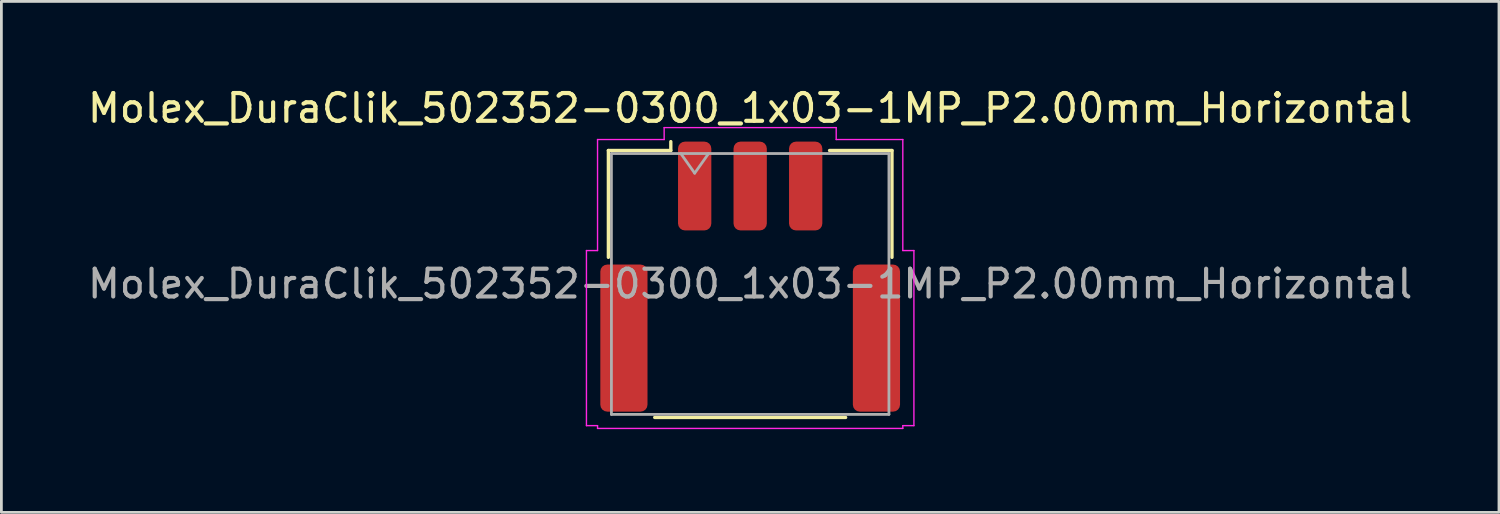
<source format=kicad_pcb>
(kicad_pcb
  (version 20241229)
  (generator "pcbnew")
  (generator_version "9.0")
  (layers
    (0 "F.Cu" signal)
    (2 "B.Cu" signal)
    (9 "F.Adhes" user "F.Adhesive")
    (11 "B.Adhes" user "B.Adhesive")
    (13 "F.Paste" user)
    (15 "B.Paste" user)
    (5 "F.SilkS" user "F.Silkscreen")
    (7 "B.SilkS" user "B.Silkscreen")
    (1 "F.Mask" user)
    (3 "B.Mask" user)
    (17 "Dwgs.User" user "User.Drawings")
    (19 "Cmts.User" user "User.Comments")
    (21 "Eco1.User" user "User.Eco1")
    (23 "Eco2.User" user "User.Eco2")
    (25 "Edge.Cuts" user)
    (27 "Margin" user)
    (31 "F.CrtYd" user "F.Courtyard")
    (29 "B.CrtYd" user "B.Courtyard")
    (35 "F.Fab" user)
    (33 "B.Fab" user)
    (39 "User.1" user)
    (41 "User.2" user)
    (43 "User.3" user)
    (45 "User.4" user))
  (footprint "Molex_DuraClik_502352-0300_1x03-1MP_P2.00mm_Horizontal"
    (layer "F.Cu")
    (at 23.982 6.918)
    (property "Reference" "Molex_DuraClik_502352-0300_1x03-1MP_P2.00mm_Horizontal" (at 0 -6.07 0) (layer "F.SilkS") (effects (font (size 1 1) (thickness 0.15))))
    (attr smd)
    (fp_line (start -5.11 -4.545) (end -2.86 -4.545) (stroke (width 0.12) (type solid)) (layer "F.SilkS"))
    (fp_line (start -5.11 -0.695) (end -5.11 -4.545) (stroke (width 0.12) (type solid)) (layer "F.SilkS"))
    (fp_line (start -3.44 5.075) (end 3.44 5.075) (stroke (width 0.12) (type solid)) (layer "F.SilkS"))
    (fp_line (start -2.86 -4.545) (end -2.86 -4.865) (stroke (width 0.12) (type solid)) (layer "F.SilkS"))
    (fp_line (start 5.11 -4.545) (end 2.86 -4.545) (stroke (width 0.12) (type solid)) (layer "F.SilkS"))
    (fp_line (start 5.11 -0.695) (end 5.11 -4.545) (stroke (width 0.12) (type solid)) (layer "F.SilkS"))
    (fp_line (start -5.9 -0.94) (end -5.5 -0.94) (stroke (width 0.05) (type solid)) (layer "F.CrtYd"))
    (fp_line (start -5.9 5.37) (end -5.9 -0.94) (stroke (width 0.05) (type solid)) (layer "F.CrtYd"))
    (fp_line (start -5.5 -4.94) (end -3.1 -4.94) (stroke (width 0.05) (type solid)) (layer "F.CrtYd"))
    (fp_line (start -5.5 -0.94) (end -5.5 -4.94) (stroke (width 0.05) (type solid)) (layer "F.CrtYd"))
    (fp_line (start -5.5 5.37) (end -5.9 5.37) (stroke (width 0.05) (type solid)) (layer "F.CrtYd"))
    (fp_line (start -5.5 5.47) (end -5.5 5.37) (stroke (width 0.05) (type solid)) (layer "F.CrtYd"))
    (fp_line (start -3.1 -5.37) (end 3.1 -5.37) (stroke (width 0.05) (type solid)) (layer "F.CrtYd"))
    (fp_line (start -3.1 -4.94) (end -3.1 -5.37) (stroke (width 0.05) (type solid)) (layer "F.CrtYd"))
    (fp_line (start 3.1 -5.37) (end 3.1 -4.94) (stroke (width 0.05) (type solid)) (layer "F.CrtYd"))
    (fp_line (start 3.1 -4.94) (end 5.5 -4.94) (stroke (width 0.05) (type solid)) (layer "F.CrtYd"))
    (fp_line (start 5.5 -4.94) (end 5.5 -0.94) (stroke (width 0.05) (type solid)) (layer "F.CrtYd"))
    (fp_line (start 5.5 -0.94) (end 5.9 -0.94) (stroke (width 0.05) (type solid)) (layer "F.CrtYd"))
    (fp_line (start 5.5 5.37) (end 5.5 5.47) (stroke (width 0.05) (type solid)) (layer "F.CrtYd"))
    (fp_line (start 5.5 5.47) (end -5.5 5.47) (stroke (width 0.05) (type solid)) (layer "F.CrtYd"))
    (fp_line (start 5.9 -0.94) (end 5.9 5.37) (stroke (width 0.05) (type solid)) (layer "F.CrtYd"))
    (fp_line (start 5.9 5.37) (end 5.5 5.37) (stroke (width 0.05) (type solid)) (layer "F.CrtYd"))
    (fp_line (start -5 -4.435) (end -5 4.965) (stroke (width 0.1) (type solid)) (layer "F.Fab"))
    (fp_line (start -5 -4.435) (end 5 -4.435) (stroke (width 0.1) (type solid)) (layer "F.Fab"))
    (fp_line (start -5 4.965) (end 5 4.965) (stroke (width 0.1) (type solid)) (layer "F.Fab"))
    (fp_line (start -2.5 -4.435) (end -2 -3.728) (stroke (width 0.1) (type solid)) (layer "F.Fab"))
    (fp_line (start -2 -3.728) (end -1.5 -4.435) (stroke (width 0.1) (type solid)) (layer "F.Fab"))
    (fp_line (start 5 -4.435) (end 5 4.965) (stroke (width 0.1) (type solid)) (layer "F.Fab"))
    (fp_text user "${REFERENCE}" (at 0 0.26 0) (layer "F.Fab") (effects (font (size 1 1) (thickness 0.15))))
    (pad "1" smd roundrect (at -2 -3.265) (size 1.2 3.2) (layers "F.Cu" "F.Mask" "F.Paste") (roundrect_rratio 0.208))
    (pad "2" smd roundrect (at 0 -3.265) (size 1.2 3.2) (layers "F.Cu" "F.Mask" "F.Paste") (roundrect_rratio 0.208))
    (pad "3" smd roundrect (at 2 -3.265) (size 1.2 3.2) (layers "F.Cu" "F.Mask" "F.Paste") (roundrect_rratio 0.208))
    (pad "MP" smd roundrect (at -4.55 2.215) (size 1.7 5.3) (layers "F.Cu" "F.Mask" "F.Paste") (roundrect_rratio 0.147))
    (pad "MP" smd roundrect (at 4.55 2.215) (size 1.7 5.3) (layers "F.Cu" "F.Mask" "F.Paste") (roundrect_rratio 0.147)))
  (gr_rect
    (start -3 -3)
    (end 50.964 15.413)
    (stroke (width 0.1) (type default))
    (fill no)
    (layer "Edge.Cuts")))
</source>
